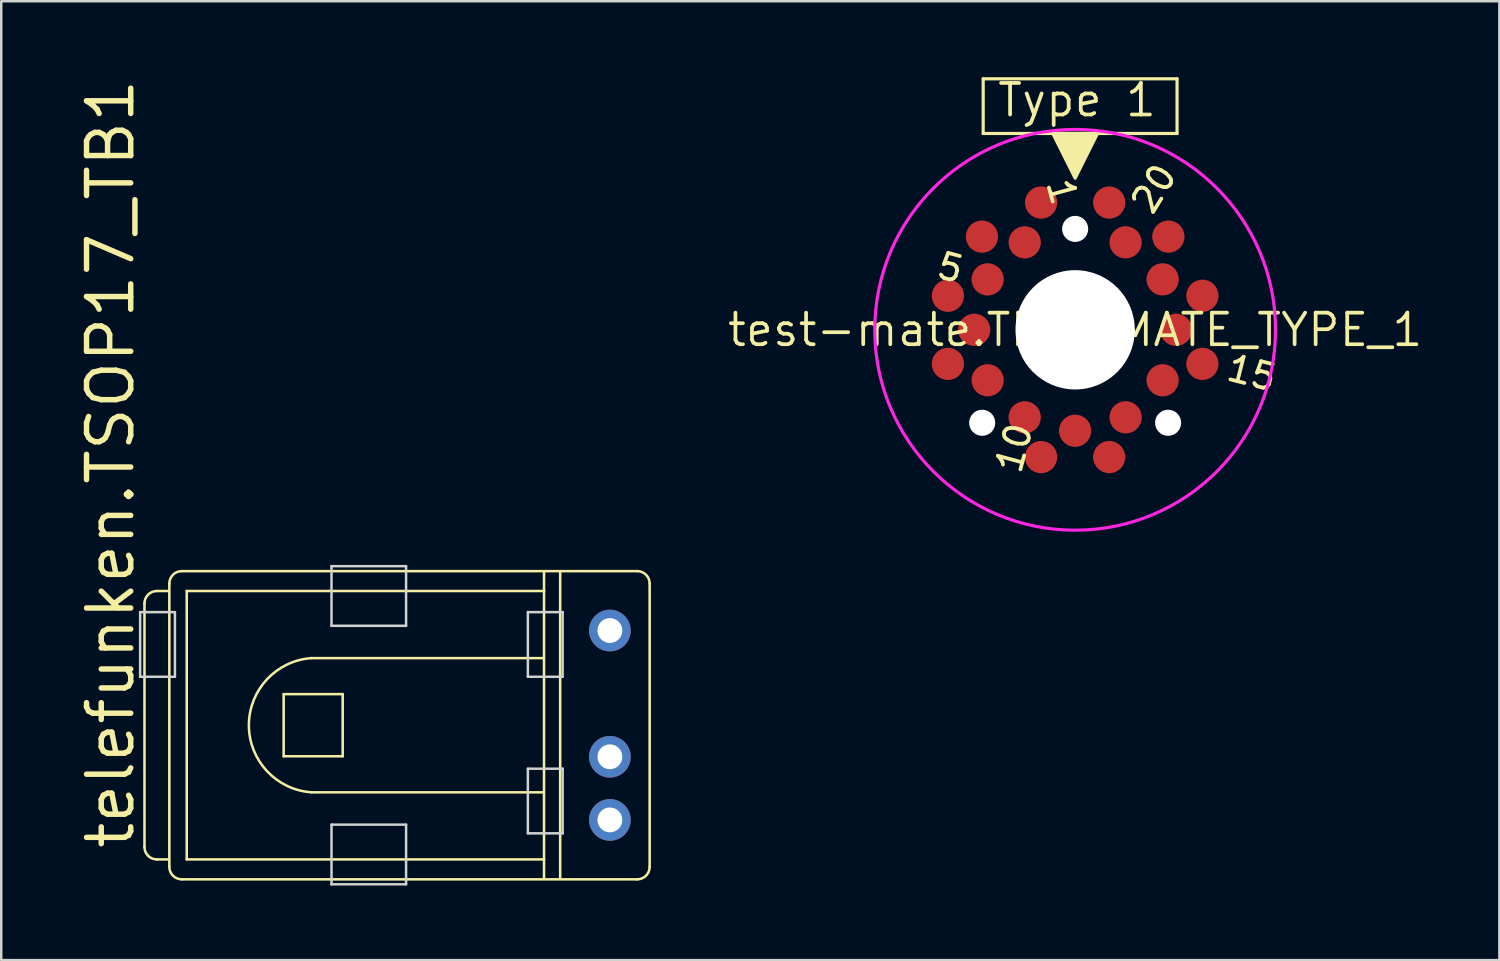
<source format=kicad_pcb>
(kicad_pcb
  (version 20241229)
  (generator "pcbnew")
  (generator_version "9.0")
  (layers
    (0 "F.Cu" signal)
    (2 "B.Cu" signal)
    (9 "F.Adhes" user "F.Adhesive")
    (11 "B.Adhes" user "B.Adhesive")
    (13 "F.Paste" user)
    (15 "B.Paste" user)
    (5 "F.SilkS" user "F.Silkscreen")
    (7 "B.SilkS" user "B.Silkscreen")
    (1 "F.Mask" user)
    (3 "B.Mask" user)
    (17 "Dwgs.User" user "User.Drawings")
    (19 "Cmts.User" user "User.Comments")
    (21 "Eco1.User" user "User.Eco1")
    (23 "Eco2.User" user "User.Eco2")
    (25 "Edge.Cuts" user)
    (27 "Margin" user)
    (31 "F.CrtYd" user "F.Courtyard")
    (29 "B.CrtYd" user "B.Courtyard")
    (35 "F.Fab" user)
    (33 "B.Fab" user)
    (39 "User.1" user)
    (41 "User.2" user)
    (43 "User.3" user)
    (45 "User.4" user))
  (footprint "telefunken.TSOP17_TB1"
    (layer "F.Cu")
    (at 21.488 26.128)
    (property "Reference" "telefunken.TSOP17_TB1" (at -19.05 5.08 90) (layer "F.SilkS") (effects (font (size 1.778 1.778) (thickness 0.22)) (justify left bottom)))
    (attr through_hole)
    (fp_line (start -18.725 -4.9) (end -18.725 4.9) (stroke (width 0.102) (type default)) (layer "F.SilkS"))
    (fp_line (start -18.225 5.4) (end -17.775 5.4) (stroke (width 0.102) (type default)) (layer "F.SilkS"))
    (fp_line (start -17.775 -5.4) (end -18.225 -5.4) (stroke (width 0.102) (type default)) (layer "F.SilkS"))
    (fp_line (start -17.725 5.7) (end -17.725 -5.7) (stroke (width 0.102) (type default)) (layer "F.SilkS"))
    (fp_line (start -17.225 -6.2) (end 1.1 -6.2) (stroke (width 0.102) (type default)) (layer "F.SilkS"))
    (fp_line (start -17.025 -5.4) (end -2.65 -5.4) (stroke (width 0.102) (type default)) (layer "F.SilkS"))
    (fp_line (start -17.025 5.4) (end -17.025 -5.4) (stroke (width 0.102) (type default)) (layer "F.SilkS"))
    (fp_line (start -13.125 -1.25) (end -10.75 -1.25) (stroke (width 0.102) (type default)) (layer "F.SilkS"))
    (fp_line (start -13.125 1.25) (end -13.125 -1.25) (stroke (width 0.102) (type default)) (layer "F.SilkS"))
    (fp_line (start -12 -2.7) (end -2.7 -2.7) (stroke (width 0.102) (type default)) (layer "F.SilkS"))
    (fp_line (start -10.75 -1.25) (end -10.75 1.25) (stroke (width 0.102) (type default)) (layer "F.SilkS"))
    (fp_line (start -10.75 1.25) (end -13.125 1.25) (stroke (width 0.102) (type default)) (layer "F.SilkS"))
    (fp_line (start -2.7 2.7) (end -12 2.7) (stroke (width 0.102) (type default)) (layer "F.SilkS"))
    (fp_line (start -2.65 -5.4) (end -2.65 -6.15) (stroke (width 0.102) (type default)) (layer "F.SilkS"))
    (fp_line (start -2.65 -5.4) (end -2.65 5.4) (stroke (width 0.102) (type default)) (layer "F.SilkS"))
    (fp_line (start -2.65 5.4) (end -17.025 5.4) (stroke (width 0.102) (type default)) (layer "F.SilkS"))
    (fp_line (start -2.65 5.4) (end -2.65 6.15) (stroke (width 0.102) (type default)) (layer "F.SilkS"))
    (fp_line (start -2 -6.15) (end -2 6.15) (stroke (width 0.102) (type default)) (layer "F.SilkS"))
    (fp_line (start 1.1 6.2) (end -17.225 6.2) (stroke (width 0.102) (type default)) (layer "F.SilkS"))
    (fp_line (start 1.6 -5.7) (end 1.6 5.7) (stroke (width 0.102) (type default)) (layer "F.SilkS"))
    (fp_arc (start -18.725 -4.9) (mid -18.578553 -5.253553) (end -18.225 -5.4) (stroke (width 0.1016) (type default)) (layer "F.SilkS"))
    (fp_arc (start -18.225 5.4) (mid -18.578553 5.253553) (end -18.725 4.9) (stroke (width 0.1016) (type default)) (layer "F.SilkS"))
    (fp_arc (start -17.725 -5.7) (mid -17.578553 -6.053553) (end -17.225 -6.2) (stroke (width 0.1016) (type default)) (layer "F.SilkS"))
    (fp_arc (start -17.225 6.2) (mid -17.578553 6.053553) (end -17.725 5.7) (stroke (width 0.1016) (type default)) (layer "F.SilkS"))
    (fp_arc (start -12 2.7) (mid -14.524967 0) (end -12 -2.7) (stroke (width 0.1016) (type default)) (layer "F.SilkS"))
    (fp_arc (start 1.1 -6.2) (mid 1.453553 -6.053553) (end 1.6 -5.7) (stroke (width 0.1016) (type default)) (layer "F.SilkS"))
    (fp_arc (start 1.6 5.7) (mid 1.453553 6.053553) (end 1.1 6.2) (stroke (width 0.1016) (type default)) (layer "F.SilkS"))
    (fp_line (start -18.9 -4.55) (end -18.9 -1.95) (stroke (width 0.1) (type default)) (layer "Edge.Cuts"))
    (fp_line (start -18.9 -1.95) (end -17.5 -1.95) (stroke (width 0.1) (type default)) (layer "Edge.Cuts"))
    (fp_line (start -17.5 -4.55) (end -18.9 -4.55) (stroke (width 0.1) (type default)) (layer "Edge.Cuts"))
    (fp_line (start -17.5 -1.95) (end -17.5 -4.55) (stroke (width 0.1) (type default)) (layer "Edge.Cuts"))
    (fp_line (start -11.2 -6.4) (end -8.2 -6.4) (stroke (width 0.1) (type default)) (layer "Edge.Cuts"))
    (fp_line (start -11.2 -4) (end -11.2 -6.4) (stroke (width 0.1) (type default)) (layer "Edge.Cuts"))
    (fp_line (start -11.2 4) (end -8.2 4) (stroke (width 0.1) (type default)) (layer "Edge.Cuts"))
    (fp_line (start -11.2 6.4) (end -11.2 4) (stroke (width 0.1) (type default)) (layer "Edge.Cuts"))
    (fp_line (start -8.2 -6.4) (end -8.2 -4) (stroke (width 0.1) (type default)) (layer "Edge.Cuts"))
    (fp_line (start -8.2 -4) (end -11.2 -4) (stroke (width 0.1) (type default)) (layer "Edge.Cuts"))
    (fp_line (start -8.2 4) (end -8.2 6.4) (stroke (width 0.1) (type default)) (layer "Edge.Cuts"))
    (fp_line (start -8.2 6.4) (end -11.2 6.4) (stroke (width 0.1) (type default)) (layer "Edge.Cuts"))
    (fp_line (start -3.3 -4.55) (end -3.3 -1.95) (stroke (width 0.1) (type default)) (layer "Edge.Cuts"))
    (fp_line (start -3.3 -1.95) (end -1.9 -1.95) (stroke (width 0.1) (type default)) (layer "Edge.Cuts"))
    (fp_line (start -3.3 1.75) (end -1.9 1.75) (stroke (width 0.1) (type default)) (layer "Edge.Cuts"))
    (fp_line (start -3.3 4.35) (end -3.3 1.75) (stroke (width 0.1) (type default)) (layer "Edge.Cuts"))
    (fp_line (start -1.9 -4.55) (end -3.3 -4.55) (stroke (width 0.1) (type default)) (layer "Edge.Cuts"))
    (fp_line (start -1.9 -1.95) (end -1.9 -4.55) (stroke (width 0.1) (type default)) (layer "Edge.Cuts"))
    (fp_line (start -1.9 1.75) (end -1.9 4.35) (stroke (width 0.1) (type default)) (layer "Edge.Cuts"))
    (fp_line (start -1.9 4.35) (end -3.3 4.35) (stroke (width 0.1) (type default)) (layer "Edge.Cuts"))
    (pad "GND" thru_hole circle (at 0 3.81 180) (size 1.676 1.676) (drill 1) (layers "*.Cu" "*.Mask"))
    (pad "VO" thru_hole circle (at 0 -3.81 180) (size 1.676 1.676) (drill 1) (layers "*.Cu" "*.Mask"))
    (pad "VS" thru_hole circle (at 0 1.27 180) (size 1.676 1.676) (drill 1) (layers "*.Cu" "*.Mask")))
  (footprint "test-mate.TEST_MATE_TYPE_1"
    (layer "F.Cu")
    (at 40.207 10.22)
    (property "Reference" "test-mate.TEST_MATE_TYPE_1" (at 0 0 0) (layer "F.SilkS") (effects (font (size 1.27 1.27) (thickness 0.15))))
    (attr smd)
    (fp_line (start -3.7 -10.1) (end 4.1 -10.1) (stroke (width 0.127) (type default)) (layer "F.SilkS"))
    (fp_line (start -3.7 -7.9) (end -3.7 -10.1) (stroke (width 0.127) (type default)) (layer "F.SilkS"))
    (fp_line (start 4.1 -10.1) (end 4.1 -7.9) (stroke (width 0.127) (type default)) (layer "F.SilkS"))
    (fp_line (start 4.1 -7.9) (end -3.7 -7.9) (stroke (width 0.127) (type default)) (layer "F.SilkS"))
    (fp_poly (pts (xy 0 -6.1) (xy -0.9 -7.9) (xy 0.9 -7.9)) (stroke (width 0.127) (type default)) (fill yes) (layer "F.SilkS"))
    (fp_circle (center 0 0) (end 8.062 0) (stroke (width 0.127) (type default)) (fill no) (layer "F.CrtYd"))
    (fp_text user "15" (at 5.931 2.051 345.7) (layer "F.SilkS") (effects (font (size 1.016 1.016) (thickness 0.15)) (justify left bottom)))
    (fp_text user "1" (at -1.259 -5.969 105.3) (layer "F.SilkS") (effects (font (size 1.016 1.016) (thickness 0.15)) (justify left bottom)))
    (fp_text user "20" (at 3.121 -4.469 58.2) (layer "F.SilkS") (effects (font (size 1.016 1.016) (thickness 0.15)) (justify left bottom)))
    (fp_text user "10" (at -2.151 5.929 254.9) (layer "F.SilkS") (effects (font (size 1.016 1.016) (thickness 0.15)) (justify left bottom)))
    (fp_text user "5" (at -5.739 -2.079 164.7) (layer "F.SilkS") (effects (font (size 1.016 1.016) (thickness 0.15)) (justify left bottom)))
    (fp_text user "Type 1" (at -3.2 -8.5 0) (layer "F.SilkS") (effects (font (size 1.27 1.27) (thickness 0.15)) (justify left bottom)))
    (pad "" np_thru_hole circle (at -3.74 3.74) (size 1.05 1.05) (drill 1.05) (layers "*.Cu" "*.Mask"))
    (pad "" np_thru_hole circle (at 0 -4.06) (size 1.05 1.05) (drill 1.05) (layers "*.Cu" "*.Mask"))
    (pad "" np_thru_hole circle (at 0 0) (size 4.8 4.8) (drill 4.8) (layers "*.Cu" "*.Mask"))
    (pad "" np_thru_hole circle (at 3.74 3.74) (size 1.05 1.05) (drill 1.05) (layers "*.Cu" "*.Mask"))
    (pad "1" smd roundrect (at -1.37 -5.12) (size 1.3 1.3) (layers "F.Cu" "F.Mask" "F.Paste") (roundrect_rratio 0.5))
    (pad "2" smd roundrect (at -2.03 -3.52) (size 1.3 1.3) (layers "F.Cu" "F.Mask" "F.Paste") (roundrect_rratio 0.5))
    (pad "3" smd roundrect (at -3.75 -3.75) (size 1.3 1.3) (layers "F.Cu" "F.Mask" "F.Paste") (roundrect_rratio 0.5))
    (pad "4" smd roundrect (at -3.52 -2.03) (size 1.3 1.3) (layers "F.Cu" "F.Mask" "F.Paste") (roundrect_rratio 0.5))
    (pad "5" smd roundrect (at -5.12 -1.37) (size 1.3 1.3) (layers "F.Cu" "F.Mask" "F.Paste") (roundrect_rratio 0.5))
    (pad "6" smd roundrect (at -4.06 0) (size 1.3 1.3) (layers "F.Cu" "F.Mask" "F.Paste") (roundrect_rratio 0.5))
    (pad "7" smd roundrect (at -5.12 1.37) (size 1.3 1.3) (layers "F.Cu" "F.Mask" "F.Paste") (roundrect_rratio 0.5))
    (pad "8" smd roundrect (at -3.52 2.03) (size 1.3 1.3) (layers "F.Cu" "F.Mask" "F.Paste") (roundrect_rratio 0.5))
    (pad "9" smd roundrect (at -2.03 3.52) (size 1.3 1.3) (layers "F.Cu" "F.Mask" "F.Paste") (roundrect_rratio 0.5))
    (pad "10" smd roundrect (at -1.37 5.12) (size 1.3 1.3) (layers "F.Cu" "F.Mask" "F.Paste") (roundrect_rratio 0.5))
    (pad "11" smd roundrect (at 0 4.06) (size 1.3 1.3) (layers "F.Cu" "F.Mask" "F.Paste") (roundrect_rratio 0.5))
    (pad "12" smd roundrect (at 1.37 5.12) (size 1.3 1.3) (layers "F.Cu" "F.Mask" "F.Paste") (roundrect_rratio 0.5))
    (pad "13" smd roundrect (at 2.03 3.52) (size 1.3 1.3) (layers "F.Cu" "F.Mask" "F.Paste") (roundrect_rratio 0.5))
    (pad "14" smd roundrect (at 3.52 2.03) (size 1.3 1.3) (layers "F.Cu" "F.Mask" "F.Paste") (roundrect_rratio 0.5))
    (pad "15" smd roundrect (at 5.12 1.37) (size 1.3 1.3) (layers "F.Cu" "F.Mask" "F.Paste") (roundrect_rratio 0.5))
    (pad "16" smd roundrect (at 4.06 0) (size 1.3 1.3) (layers "F.Cu" "F.Mask" "F.Paste") (roundrect_rratio 0.5))
    (pad "17" smd roundrect (at 5.12 -1.37) (size 1.3 1.3) (layers "F.Cu" "F.Mask" "F.Paste") (roundrect_rratio 0.5))
    (pad "18" smd roundrect (at 3.52 -2.03) (size 1.3 1.3) (layers "F.Cu" "F.Mask" "F.Paste") (roundrect_rratio 0.5))
    (pad "19" smd roundrect (at 3.75 -3.75) (size 1.3 1.3) (layers "F.Cu" "F.Mask" "F.Paste") (roundrect_rratio 0.5))
    (pad "20" smd roundrect (at 2.03 -3.52) (size 1.3 1.3) (layers "F.Cu" "F.Mask" "F.Paste") (roundrect_rratio 0.5))
    (pad "21" smd roundrect (at 1.37 -5.12) (size 1.3 1.3) (layers "F.Cu" "F.Mask" "F.Paste") (roundrect_rratio 0.5)))
  (gr_rect
    (start -3 -3)
    (end 57.275 35.578)
    (stroke (width 0.1) (type default))
    (fill no)
    (layer "Edge.Cuts")))
</source>
